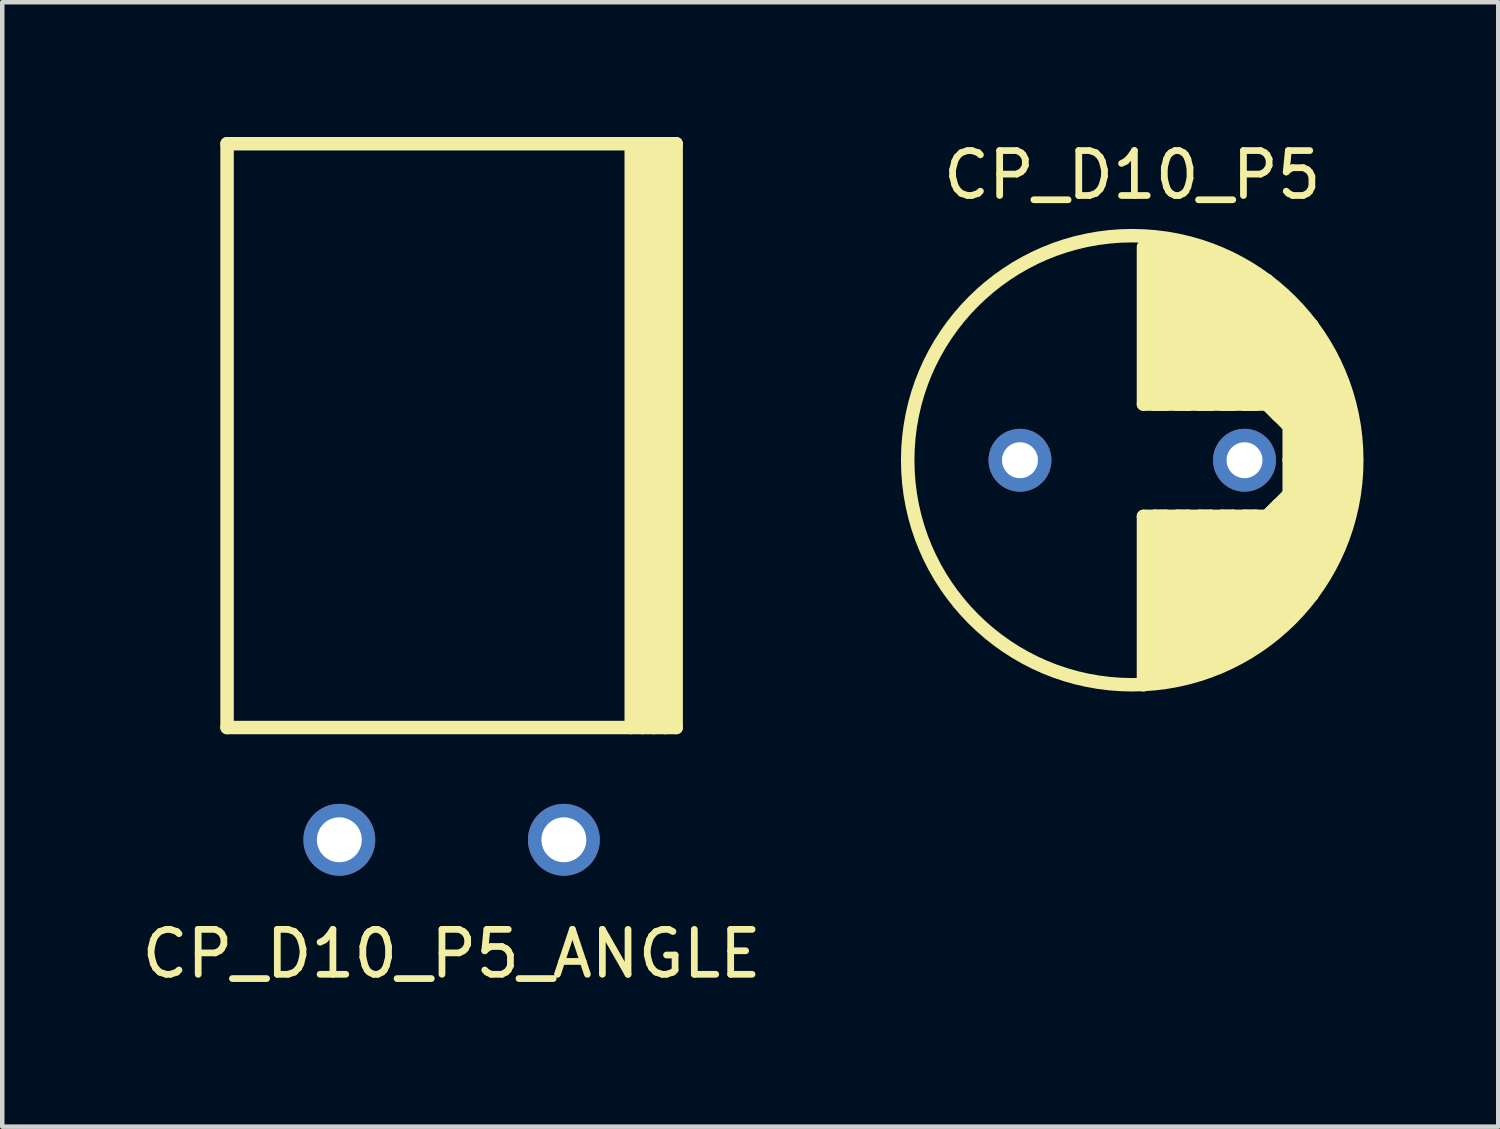
<source format=kicad_pcb>
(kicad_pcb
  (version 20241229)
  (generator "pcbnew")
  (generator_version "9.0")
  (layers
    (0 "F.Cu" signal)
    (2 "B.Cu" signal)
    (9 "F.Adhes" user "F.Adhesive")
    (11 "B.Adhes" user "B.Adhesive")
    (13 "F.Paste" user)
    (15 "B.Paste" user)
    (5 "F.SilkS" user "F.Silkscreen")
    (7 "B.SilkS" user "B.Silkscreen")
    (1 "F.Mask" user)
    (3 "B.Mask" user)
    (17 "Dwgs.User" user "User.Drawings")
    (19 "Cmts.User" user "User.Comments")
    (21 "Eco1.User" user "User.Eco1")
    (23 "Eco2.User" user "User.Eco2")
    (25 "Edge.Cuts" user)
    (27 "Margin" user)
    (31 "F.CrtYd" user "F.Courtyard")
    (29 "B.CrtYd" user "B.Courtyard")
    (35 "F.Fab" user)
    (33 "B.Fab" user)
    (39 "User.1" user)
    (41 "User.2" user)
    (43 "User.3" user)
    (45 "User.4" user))
  (footprint "CP_D10_P5_ANGLE"
    (layer "F.Cu")
    (at 7.006 15.65)
    (property "Reference" "CP_D10_P5_ANGLE" (at 0 2.54 0) (layer "F.SilkS") (effects (font (size 1 1) (thickness 0.15))))
    (attr through_hole)
    (fp_line (start -5 -15.5) (end 5 -15.5) (stroke (width 0.3) (type solid)) (layer "F.SilkS"))
    (fp_line (start -5 -2.5) (end -5 -15.5) (stroke (width 0.3) (type solid)) (layer "F.SilkS"))
    (fp_line (start -5 -2.5) (end 5 -2.5) (stroke (width 0.3) (type solid)) (layer "F.SilkS"))
    (fp_line (start 4 -15.5) (end 4 -2.5) (stroke (width 0.3) (type solid)) (layer "F.SilkS"))
    (fp_line (start 4.25 -2.5) (end 4.25 -15.5) (stroke (width 0.3) (type solid)) (layer "F.SilkS"))
    (fp_line (start 4.5 -15.5) (end 4.5 -2.5) (stroke (width 0.3) (type solid)) (layer "F.SilkS"))
    (fp_line (start 4.75 -2.5) (end 4.75 -15.5) (stroke (width 0.3) (type solid)) (layer "F.SilkS"))
    (fp_line (start 5 -15.5) (end 5 -2.5) (stroke (width 0.3) (type solid)) (layer "F.SilkS"))
    (pad "1" thru_hole circle (at -2.5 0) (size 1.6 1.6) (drill 1) (layers "*.Cu" "*.Mask"))
    (pad "2" thru_hole circle (at 2.5 0) (size 1.6 1.6) (drill 1) (layers "*.Cu" "*.Mask")))
  (footprint "CP_D10_P5"
    (layer "F.Cu")
    (at 22.162 7.198)
    (property "Reference" "CP_D10_P5" (at 0 -6.35 0) (layer "F.SilkS") (effects (font (size 1 1) (thickness 0.15))))
    (attr through_hole)
    (fp_line (start 0.25 -4.75) (end 0.25 -1.25) (stroke (width 0.3) (type solid)) (layer "F.SilkS"))
    (fp_line (start 0.25 -1.25) (end 3 -1.25) (stroke (width 0.3) (type solid)) (layer "F.SilkS"))
    (fp_line (start 0.25 1.25) (end 0.25 5) (stroke (width 0.3) (type solid)) (layer "F.SilkS"))
    (fp_line (start 0.5 -4.75) (end 0.5 -1.25) (stroke (width 0.3) (type solid)) (layer "F.SilkS"))
    (fp_line (start 0.5 -1.25) (end 0.75 -1.25) (stroke (width 0.3) (type solid)) (layer "F.SilkS"))
    (fp_line (start 0.5 1.25) (end 0.75 1.25) (stroke (width 0.3) (type solid)) (layer "F.SilkS"))
    (fp_line (start 0.5 4.75) (end 0.5 1.25) (stroke (width 0.3) (type solid)) (layer "F.SilkS"))
    (fp_line (start 0.75 -4.75) (end 1 -4.75) (stroke (width 0.3) (type solid)) (layer "F.SilkS"))
    (fp_line (start 0.75 -1.25) (end 0.75 -4.75) (stroke (width 0.3) (type solid)) (layer "F.SilkS"))
    (fp_line (start 0.75 1.25) (end 0.75 4.75) (stroke (width 0.3) (type solid)) (layer "F.SilkS"))
    (fp_line (start 0.75 4.75) (end 1 4.75) (stroke (width 0.3) (type solid)) (layer "F.SilkS"))
    (fp_line (start 1 -4.75) (end 1 -1.25) (stroke (width 0.3) (type solid)) (layer "F.SilkS"))
    (fp_line (start 1 -1.25) (end 1.25 -1.25) (stroke (width 0.3) (type solid)) (layer "F.SilkS"))
    (fp_line (start 1 1.25) (end 1.25 1.25) (stroke (width 0.3) (type solid)) (layer "F.SilkS"))
    (fp_line (start 1 4.75) (end 1 1.25) (stroke (width 0.3) (type solid)) (layer "F.SilkS"))
    (fp_line (start 1.25 -4.75) (end 1.5 -4.75) (stroke (width 0.3) (type solid)) (layer "F.SilkS"))
    (fp_line (start 1.25 -1.25) (end 1.25 -4.75) (stroke (width 0.3) (type solid)) (layer "F.SilkS"))
    (fp_line (start 1.25 1.25) (end 1.25 4.75) (stroke (width 0.3) (type solid)) (layer "F.SilkS"))
    (fp_line (start 1.25 4.75) (end 1.5 4.75) (stroke (width 0.3) (type solid)) (layer "F.SilkS"))
    (fp_line (start 1.5 -4.75) (end 1.5 -1.25) (stroke (width 0.3) (type solid)) (layer "F.SilkS"))
    (fp_line (start 1.5 -1.25) (end 1.75 -1.25) (stroke (width 0.3) (type solid)) (layer "F.SilkS"))
    (fp_line (start 1.5 1.25) (end 1.75 1.25) (stroke (width 0.3) (type solid)) (layer "F.SilkS"))
    (fp_line (start 1.5 4.75) (end 1.5 1.25) (stroke (width 0.3) (type solid)) (layer "F.SilkS"))
    (fp_line (start 1.75 -4.5) (end 2 -4.5) (stroke (width 0.3) (type solid)) (layer "F.SilkS"))
    (fp_line (start 1.75 -1.25) (end 1.75 -4.5) (stroke (width 0.3) (type solid)) (layer "F.SilkS"))
    (fp_line (start 1.75 1.25) (end 1.75 4.5) (stroke (width 0.3) (type solid)) (layer "F.SilkS"))
    (fp_line (start 1.75 4.5) (end 2 4.5) (stroke (width 0.3) (type solid)) (layer "F.SilkS"))
    (fp_line (start 2 -4.5) (end 2 -1.25) (stroke (width 0.3) (type solid)) (layer "F.SilkS"))
    (fp_line (start 2 -1.25) (end 2.25 -1.25) (stroke (width 0.3) (type solid)) (layer "F.SilkS"))
    (fp_line (start 2 1.25) (end 2.25 1.25) (stroke (width 0.3) (type solid)) (layer "F.SilkS"))
    (fp_line (start 2 4.5) (end 2 1.25) (stroke (width 0.3) (type solid)) (layer "F.SilkS"))
    (fp_line (start 2.25 -4.25) (end 2.5 -4.25) (stroke (width 0.3) (type solid)) (layer "F.SilkS"))
    (fp_line (start 2.25 -1.25) (end 2.25 -4.25) (stroke (width 0.3) (type solid)) (layer "F.SilkS"))
    (fp_line (start 2.25 1.25) (end 2.25 4.25) (stroke (width 0.3) (type solid)) (layer "F.SilkS"))
    (fp_line (start 2.25 4.25) (end 2.5 4.25) (stroke (width 0.3) (type solid)) (layer "F.SilkS"))
    (fp_line (start 2.5 -4.25) (end 2.5 -1.25) (stroke (width 0.3) (type solid)) (layer "F.SilkS"))
    (fp_line (start 2.5 -1.25) (end 2.75 -1.25) (stroke (width 0.3) (type solid)) (layer "F.SilkS"))
    (fp_line (start 2.5 1.25) (end 2.75 1.25) (stroke (width 0.3) (type solid)) (layer "F.SilkS"))
    (fp_line (start 2.5 4.25) (end 2.5 1.25) (stroke (width 0.3) (type solid)) (layer "F.SilkS"))
    (fp_line (start 2.75 -4) (end 3 -4) (stroke (width 0.3) (type solid)) (layer "F.SilkS"))
    (fp_line (start 2.75 -1.25) (end 2.75 -4) (stroke (width 0.3) (type solid)) (layer "F.SilkS"))
    (fp_line (start 2.75 1.25) (end 2.75 4) (stroke (width 0.3) (type solid)) (layer "F.SilkS"))
    (fp_line (start 2.75 4) (end 3 3.75) (stroke (width 0.3) (type solid)) (layer "F.SilkS"))
    (fp_line (start 3 -4) (end 3 -1.25) (stroke (width 0.3) (type solid)) (layer "F.SilkS"))
    (fp_line (start 3 -1.25) (end 3.25 -1) (stroke (width 0.3) (type solid)) (layer "F.SilkS"))
    (fp_line (start 3 -1.25) (end 3.5 -0.75) (stroke (width 0.3) (type solid)) (layer "F.SilkS"))
    (fp_line (start 3 1.25) (end 0.25 1.25) (stroke (width 0.3) (type solid)) (layer "F.SilkS"))
    (fp_line (start 3 1.25) (end 3.25 1) (stroke (width 0.3) (type solid)) (layer "F.SilkS"))
    (fp_line (start 3 3.75) (end 3 1.25) (stroke (width 0.3) (type solid)) (layer "F.SilkS"))
    (fp_line (start 3.25 -3.75) (end 3.5 -3.5) (stroke (width 0.3) (type solid)) (layer "F.SilkS"))
    (fp_line (start 3.25 -1) (end 3.25 -3.75) (stroke (width 0.3) (type solid)) (layer "F.SilkS"))
    (fp_line (start 3.25 1) (end 3.25 3.75) (stroke (width 0.3) (type solid)) (layer "F.SilkS"))
    (fp_line (start 3.25 3.75) (end 3.5 3.5) (stroke (width 0.3) (type solid)) (layer "F.SilkS"))
    (fp_line (start 3.5 -3.5) (end 3.5 0) (stroke (width 0.3) (type solid)) (layer "F.SilkS"))
    (fp_line (start 3.5 -0.75) (end 3.5 0.75) (stroke (width 0.3) (type solid)) (layer "F.SilkS"))
    (fp_line (start 3.5 0) (end 3.75 0) (stroke (width 0.3) (type solid)) (layer "F.SilkS"))
    (fp_line (start 3.5 0) (end 3.75 0) (stroke (width 0.3) (type solid)) (layer "F.SilkS"))
    (fp_line (start 3.5 0.75) (end 3 1.25) (stroke (width 0.3) (type solid)) (layer "F.SilkS"))
    (fp_line (start 3.5 3.5) (end 3.5 0) (stroke (width 0.3) (type solid)) (layer "F.SilkS"))
    (fp_line (start 3.75 -3.25) (end 4 -3) (stroke (width 0.3) (type solid)) (layer "F.SilkS"))
    (fp_line (start 3.75 0) (end 3.75 -3.25) (stroke (width 0.3) (type solid)) (layer "F.SilkS"))
    (fp_line (start 3.75 0) (end 3.75 3.25) (stroke (width 0.3) (type solid)) (layer "F.SilkS"))
    (fp_line (start 3.75 3.25) (end 4 3) (stroke (width 0.3) (type solid)) (layer "F.SilkS"))
    (fp_line (start 4 -3) (end 4 0) (stroke (width 0.3) (type solid)) (layer "F.SilkS"))
    (fp_line (start 4 0) (end 4.25 0) (stroke (width 0.3) (type solid)) (layer "F.SilkS"))
    (fp_line (start 4 0) (end 4.25 0) (stroke (width 0.3) (type solid)) (layer "F.SilkS"))
    (fp_line (start 4 3) (end 4 0) (stroke (width 0.3) (type solid)) (layer "F.SilkS"))
    (fp_line (start 4.25 -2.5) (end 4.5 -2) (stroke (width 0.3) (type solid)) (layer "F.SilkS"))
    (fp_line (start 4.25 0) (end 4.25 -2.5) (stroke (width 0.3) (type solid)) (layer "F.SilkS"))
    (fp_line (start 4.25 0) (end 4.25 2.5) (stroke (width 0.3) (type solid)) (layer "F.SilkS"))
    (fp_line (start 4.25 2.5) (end 4.5 2) (stroke (width 0.3) (type solid)) (layer "F.SilkS"))
    (fp_line (start 4.5 -2) (end 4.5 0) (stroke (width 0.3) (type solid)) (layer "F.SilkS"))
    (fp_line (start 4.5 0) (end 4.75 0) (stroke (width 0.3) (type solid)) (layer "F.SilkS"))
    (fp_line (start 4.5 0) (end 4.75 0) (stroke (width 0.3) (type solid)) (layer "F.SilkS"))
    (fp_line (start 4.5 2) (end 4.5 0) (stroke (width 0.3) (type solid)) (layer "F.SilkS"))
    (fp_line (start 4.75 0) (end 4.75 -1.5) (stroke (width 0.3) (type solid)) (layer "F.SilkS"))
    (fp_line (start 4.75 0) (end 4.75 1.5) (stroke (width 0.3) (type solid)) (layer "F.SilkS"))
    (fp_circle (center 0 0) (end 5 0) (stroke (width 0.3) (type solid)) (fill no) (layer "F.SilkS"))
    (pad "1" thru_hole circle (at -2.5 0) (size 1.4 1.4) (drill 0.8) (layers "*.Cu" "*.Mask"))
    (pad "2" thru_hole circle (at 2.5 0) (size 1.4 1.4) (drill 0.8) (layers "*.Cu" "*.Mask")))
  (gr_rect
    (start -3 -3)
    (end 30.312 22.038)
    (stroke (width 0.1) (type default))
    (fill no)
    (layer "Edge.Cuts")))
</source>
